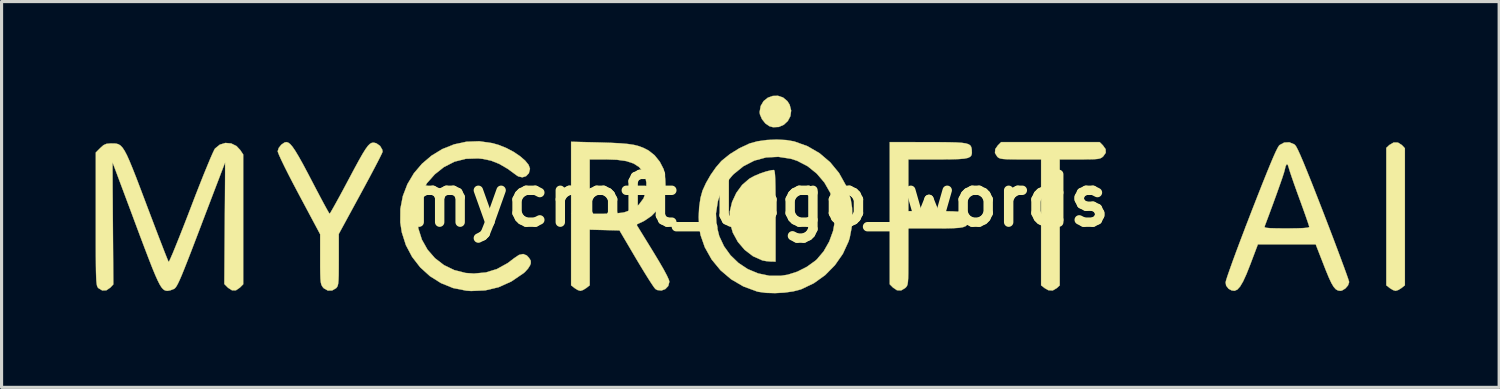
<source format=kicad_pcb>
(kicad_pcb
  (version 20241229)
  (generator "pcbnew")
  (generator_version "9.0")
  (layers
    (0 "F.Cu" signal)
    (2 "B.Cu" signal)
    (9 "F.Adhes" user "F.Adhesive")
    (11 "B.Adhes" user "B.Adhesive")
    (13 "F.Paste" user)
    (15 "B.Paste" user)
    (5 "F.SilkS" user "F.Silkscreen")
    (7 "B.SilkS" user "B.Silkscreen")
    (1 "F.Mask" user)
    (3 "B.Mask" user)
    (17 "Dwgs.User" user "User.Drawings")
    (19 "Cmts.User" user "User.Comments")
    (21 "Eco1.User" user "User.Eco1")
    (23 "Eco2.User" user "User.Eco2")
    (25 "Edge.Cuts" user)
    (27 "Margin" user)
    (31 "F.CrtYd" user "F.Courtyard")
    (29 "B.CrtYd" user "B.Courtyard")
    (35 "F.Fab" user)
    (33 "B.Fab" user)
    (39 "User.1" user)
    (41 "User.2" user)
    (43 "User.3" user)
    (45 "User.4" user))
  (footprint "mycroft_logo_words"
    (layer "F.Cu")
    (at 21.129 3.344)
    (property "Reference" "mycroft_logo_words" (at 0 0 0) (layer "F.SilkS") (effects (font (size 1.524 1.524) (thickness 0.3))))
    (attr through_hole)
    (fp_poly (pts (xy 20.395 -1.848) (xy 20.522 -1.767) (xy 20.524 -1.765) (xy 20.616 -1.667) (xy 20.616 2.703) (xy 20.505 2.791) (xy 20.406 2.852) (xy 20.322 2.879) (xy 20.32 2.879) (xy 20.237 2.854) (xy 20.138 2.793) (xy 20.135 2.791) (xy 20.024 2.703) (xy 20.024 -1.679) (xy 20.122 -1.771) (xy 20.256 -1.849) (xy 20.395 -1.848)) (stroke (width 0.01) (type solid)) (fill yes) (layer "F.SilkS"))
    (fp_poly (pts (xy 0.789 -3.285) (xy 0.927 -3.169) (xy 0.999 -3.055) (xy 1.047 -2.869) (xy 1.023 -2.691) (xy 0.941 -2.536) (xy 0.813 -2.416) (xy 0.652 -2.346) (xy 0.471 -2.338) (xy 0.356 -2.369) (xy 0.226 -2.458) (xy 0.117 -2.595) (xy 0.052 -2.748) (xy 0.042 -2.821) (xy 0.077 -3.016) (xy 0.168 -3.17) (xy 0.302 -3.278) (xy 0.46 -3.335) (xy 0.628 -3.339) (xy 0.789 -3.285)) (stroke (width 0.01) (type solid)) (fill yes) (layer "F.SilkS"))
    (fp_poly (pts (xy 0.511 -0.958) (xy 0.523 -0.906) (xy 0.533 -0.812) (xy 0.54 -0.667) (xy 0.545 -0.464) (xy 0.548 -0.198) (xy 0.55 0.141) (xy 0.55 0.487) (xy 0.55 1.947) (xy 0.392 1.944) (xy 0.254 1.932) (xy 0.134 1.91) (xy 0.127 1.908) (xy -0.17 1.775) (xy -0.433 1.574) (xy -0.651 1.32) (xy -0.812 1.026) (xy -0.904 0.708) (xy -0.912 0.654) (xy -0.91 0.354) (xy -0.837 0.049) (xy -0.702 -0.242) (xy -0.516 -0.497) (xy -0.287 -0.695) (xy -0.285 -0.697) (xy -0.132 -0.781) (xy 0.058 -0.862) (xy 0.252 -0.927) (xy 0.421 -0.967) (xy 0.496 -0.974) (xy 0.511 -0.958)) (stroke (width 0.01) (type solid)) (fill yes) (layer "F.SilkS"))
    (fp_poly (pts (xy 10.987 -1.759) (xy 11.074 -1.637) (xy 11.078 -1.523) (xy 10.998 -1.409) (xy 10.993 -1.404) (xy 10.95 -1.369) (xy 10.9 -1.344) (xy 10.827 -1.328) (xy 10.716 -1.318) (xy 10.555 -1.314) (xy 10.327 -1.312) (xy 10.253 -1.312) (xy 9.61 -1.312) (xy 9.61 2.706) (xy 9.517 2.792) (xy 9.387 2.868) (xy 9.247 2.859) (xy 9.129 2.791) (xy 9.017 2.703) (xy 9.017 -1.312) (xy 8.361 -1.312) (xy 8.109 -1.313) (xy 7.928 -1.317) (xy 7.803 -1.325) (xy 7.72 -1.339) (xy 7.666 -1.36) (xy 7.626 -1.391) (xy 7.62 -1.397) (xy 7.546 -1.516) (xy 7.556 -1.641) (xy 7.639 -1.759) (xy 7.743 -1.863) (xy 10.884 -1.863) (xy 10.987 -1.759)) (stroke (width 0.01) (type solid)) (fill yes) (layer "F.SilkS"))
    (fp_poly (pts (xy 5.387 -1.862) (xy 5.768 -1.861) (xy 6.073 -1.858) (xy 6.31 -1.852) (xy 6.489 -1.84) (xy 6.617 -1.821) (xy 6.705 -1.794) (xy 6.759 -1.757) (xy 6.788 -1.708) (xy 6.803 -1.646) (xy 6.807 -1.601) (xy 6.81 -1.514) (xy 6.797 -1.447) (xy 6.758 -1.397) (xy 6.684 -1.36) (xy 6.565 -1.336) (xy 6.394 -1.322) (xy 6.16 -1.315) (xy 5.855 -1.312) (xy 5.706 -1.312) (xy 4.784 -1.312) (xy 4.784 0.339) (xy 5.642 0.339) (xy 5.967 0.34) (xy 6.217 0.346) (xy 6.402 0.358) (xy 6.531 0.38) (xy 6.615 0.414) (xy 6.662 0.463) (xy 6.684 0.528) (xy 6.689 0.614) (xy 6.689 0.614) (xy 6.684 0.699) (xy 6.662 0.765) (xy 6.615 0.814) (xy 6.531 0.848) (xy 6.402 0.87) (xy 6.217 0.882) (xy 5.967 0.888) (xy 5.642 0.889) (xy 5.642 0.889) (xy 4.784 0.889) (xy 4.784 1.792) (xy 4.783 2.09) (xy 4.782 2.316) (xy 4.778 2.48) (xy 4.77 2.595) (xy 4.758 2.672) (xy 4.74 2.722) (xy 4.714 2.758) (xy 4.686 2.787) (xy 4.555 2.866) (xy 4.422 2.861) (xy 4.295 2.775) (xy 4.191 2.671) (xy 4.191 -1.863) (xy 5.387 -1.862)) (stroke (width 0.01) (type solid)) (fill yes) (layer "F.SilkS"))
    (fp_poly (pts (xy -8.478 -1.829) (xy -8.278 -1.772) (xy -8.032 -1.673) (xy -7.801 -1.551) (xy -7.598 -1.414) (xy -7.435 -1.273) (xy -7.325 -1.138) (xy -7.282 -1.018) (xy -7.281 -1.01) (xy -7.316 -0.872) (xy -7.404 -0.778) (xy -7.523 -0.74) (xy -7.653 -0.769) (xy -7.699 -0.798) (xy -7.995 -1.014) (xy -8.261 -1.169) (xy -8.518 -1.271) (xy -8.785 -1.328) (xy -8.934 -1.343) (xy -9.324 -1.331) (xy -9.689 -1.239) (xy -10.027 -1.065) (xy -10.315 -0.837) (xy -10.566 -0.554) (xy -10.74 -0.247) (xy -10.843 0.094) (xy -10.88 0.481) (xy -10.88 0.509) (xy -10.84 0.892) (xy -10.727 1.247) (xy -10.548 1.565) (xy -10.31 1.838) (xy -10.023 2.059) (xy -9.695 2.218) (xy -9.332 2.31) (xy -9.068 2.328) (xy -8.686 2.293) (xy -8.331 2.183) (xy -7.991 1.995) (xy -7.789 1.841) (xy -7.63 1.734) (xy -7.497 1.705) (xy -7.382 1.752) (xy -7.311 1.828) (xy -7.256 1.92) (xy -7.255 2.001) (xy -7.278 2.067) (xy -7.344 2.172) (xy -7.447 2.284) (xy -7.486 2.317) (xy -7.876 2.582) (xy -8.282 2.764) (xy -8.709 2.865) (xy -9.157 2.884) (xy -9.313 2.873) (xy -9.731 2.79) (xy -10.12 2.632) (xy -10.473 2.409) (xy -10.782 2.128) (xy -11.039 1.796) (xy -11.237 1.422) (xy -11.367 1.014) (xy -11.416 0.697) (xy -11.413 0.266) (xy -11.334 -0.143) (xy -11.188 -0.523) (xy -10.982 -0.869) (xy -10.722 -1.174) (xy -10.417 -1.433) (xy -10.075 -1.641) (xy -9.702 -1.79) (xy -9.307 -1.875) (xy -8.896 -1.89) (xy -8.478 -1.829)) (stroke (width 0.01) (type solid)) (fill yes) (layer "F.SilkS"))
    (fp_poly (pts (xy -14.994 -1.849) (xy -14.931 -1.804) (xy -14.857 -1.72) (xy -14.768 -1.591) (xy -14.659 -1.41) (xy -14.525 -1.171) (xy -14.362 -0.865) (xy -14.245 -0.641) (xy -14.102 -0.367) (xy -13.971 -0.119) (xy -13.858 0.093) (xy -13.766 0.261) (xy -13.702 0.373) (xy -13.671 0.421) (xy -13.669 0.422) (xy -13.643 0.387) (xy -13.584 0.285) (xy -13.495 0.127) (xy -13.382 -0.078) (xy -13.25 -0.321) (xy -13.105 -0.593) (xy -13.058 -0.681) (xy -12.879 -1.017) (xy -12.733 -1.285) (xy -12.616 -1.491) (xy -12.521 -1.643) (xy -12.444 -1.747) (xy -12.378 -1.811) (xy -12.318 -1.841) (xy -12.26 -1.845) (xy -12.197 -1.83) (xy -12.173 -1.821) (xy -12.061 -1.742) (xy -11.991 -1.623) (xy -11.98 -1.557) (xy -12 -1.508) (xy -12.056 -1.393) (xy -12.143 -1.222) (xy -12.257 -1.004) (xy -12.393 -0.747) (xy -12.547 -0.461) (xy -12.679 -0.217) (xy -13.377 1.066) (xy -13.377 1.888) (xy -13.378 2.173) (xy -13.38 2.385) (xy -13.386 2.538) (xy -13.395 2.642) (xy -13.41 2.711) (xy -13.431 2.757) (xy -13.46 2.792) (xy -13.462 2.794) (xy -13.589 2.868) (xy -13.728 2.869) (xy -13.854 2.798) (xy -13.882 2.767) (xy -13.913 2.722) (xy -13.936 2.67) (xy -13.952 2.597) (xy -13.962 2.489) (xy -13.967 2.335) (xy -13.97 2.121) (xy -13.97 1.866) (xy -13.97 1.076) (xy -14.647 -0.192) (xy -14.819 -0.517) (xy -14.972 -0.813) (xy -15.103 -1.073) (xy -15.207 -1.288) (xy -15.28 -1.449) (xy -15.319 -1.549) (xy -15.324 -1.574) (xy -15.291 -1.677) (xy -15.21 -1.779) (xy -15.109 -1.849) (xy -15.05 -1.863) (xy -14.994 -1.849)) (stroke (width 0.01) (type solid)) (fill yes) (layer "F.SilkS"))
    (fp_poly (pts (xy -5.048 -1.851) (xy -4.684 -1.839) (xy -4.391 -1.824) (xy -4.156 -1.803) (xy -3.966 -1.774) (xy -3.809 -1.734) (xy -3.67 -1.682) (xy -3.537 -1.615) (xy -3.493 -1.59) (xy -3.306 -1.441) (xy -3.142 -1.237) (xy -3.023 -1.008) (xy -3.012 -0.978) (xy -2.989 -0.866) (xy -2.972 -0.702) (xy -2.964 -0.518) (xy -2.964 -0.491) (xy -2.971 -0.282) (xy -2.995 -0.123) (xy -3.043 0.02) (xy -3.063 0.064) (xy -3.204 0.285) (xy -3.403 0.488) (xy -3.633 0.646) (xy -3.706 0.683) (xy -3.888 0.763) (xy -3.362 1.617) (xy -3.17 1.935) (xy -3.019 2.195) (xy -2.913 2.394) (xy -2.852 2.529) (xy -2.836 2.589) (xy -2.872 2.725) (xy -2.964 2.822) (xy -3.088 2.869) (xy -3.221 2.854) (xy -3.28 2.821) (xy -3.323 2.769) (xy -3.401 2.655) (xy -3.508 2.489) (xy -3.637 2.282) (xy -3.781 2.045) (xy -3.893 1.858) (xy -4.426 0.953) (xy -5.376 0.929) (xy -5.376 2.703) (xy -5.488 2.791) (xy -5.587 2.852) (xy -5.671 2.879) (xy -5.673 2.879) (xy -5.756 2.854) (xy -5.855 2.793) (xy -5.857 2.791) (xy -5.969 2.703) (xy -5.969 -1.312) (xy -5.376 -1.312) (xy -5.376 0.423) (xy -4.934 0.423) (xy -4.721 0.419) (xy -4.515 0.407) (xy -4.346 0.389) (xy -4.279 0.378) (xy -4.017 0.284) (xy -3.808 0.131) (xy -3.659 -0.069) (xy -3.577 -0.305) (xy -3.568 -0.566) (xy -3.596 -0.712) (xy -3.676 -0.912) (xy -3.8 -1.067) (xy -3.976 -1.181) (xy -4.21 -1.258) (xy -4.511 -1.3) (xy -4.849 -1.312) (xy -5.376 -1.312) (xy -5.969 -1.312) (xy -5.969 -1.874) (xy -5.048 -1.851)) (stroke (width 0.01) (type solid)) (fill yes) (layer "F.SilkS"))
    (fp_poly (pts (xy 0.893 -1.928) (xy 1.143 -1.885) (xy 1.569 -1.732) (xy 1.954 -1.508) (xy 2.291 -1.221) (xy 2.573 -0.878) (xy 2.793 -0.484) (xy 2.945 -0.049) (xy 2.947 -0.042) (xy 2.99 0.236) (xy 2.998 0.557) (xy 2.972 0.885) (xy 2.914 1.187) (xy 2.879 1.301) (xy 2.696 1.699) (xy 2.443 2.061) (xy 2.132 2.377) (xy 1.772 2.636) (xy 1.376 2.825) (xy 1.343 2.837) (xy 1.111 2.897) (xy 0.831 2.936) (xy 0.534 2.952) (xy 0.249 2.944) (xy 0.008 2.911) (xy -0.042 2.899) (xy -0.476 2.739) (xy -0.866 2.511) (xy -1.206 2.222) (xy -1.488 1.879) (xy -1.706 1.49) (xy -1.842 1.101) (xy -1.887 0.837) (xy -1.901 0.531) (xy -1.896 0.412) (xy -1.351 0.412) (xy -1.333 0.782) (xy -1.246 1.133) (xy -1.095 1.456) (xy -0.888 1.744) (xy -0.633 1.99) (xy -0.337 2.186) (xy -0.006 2.324) (xy 0.351 2.398) (xy 0.728 2.398) (xy 0.94 2.365) (xy 1.244 2.268) (xy 1.548 2.114) (xy 1.817 1.92) (xy 1.864 1.879) (xy 2.083 1.621) (xy 2.261 1.309) (xy 2.386 0.966) (xy 2.449 0.615) (xy 2.454 0.474) (xy 2.412 0.105) (xy 2.293 -0.248) (xy 2.108 -0.573) (xy 1.865 -0.858) (xy 1.574 -1.093) (xy 1.242 -1.266) (xy 1.039 -1.332) (xy 0.638 -1.394) (xy 0.248 -1.374) (xy -0.125 -1.274) (xy -0.471 -1.097) (xy -0.784 -0.844) (xy -0.832 -0.795) (xy -1.035 -0.55) (xy -1.178 -0.301) (xy -1.28 -0.012) (xy -1.291 0.029) (xy -1.351 0.412) (xy -1.896 0.412) (xy -1.886 0.214) (xy -1.843 -0.083) (xy -1.778 -0.318) (xy -1.666 -0.562) (xy -1.518 -0.819) (xy -1.351 -1.058) (xy -1.186 -1.25) (xy -1.159 -1.276) (xy -0.907 -1.479) (xy -0.607 -1.665) (xy -0.297 -1.811) (xy -0.275 -1.82) (xy -0.027 -1.888) (xy 0.271 -1.93) (xy 0.588 -1.944) (xy 0.893 -1.928)) (stroke (width 0.01) (type solid)) (fill yes) (layer "F.SilkS"))
    (fp_poly (pts (xy 17.083 -1.795) (xy 17.117 -1.767) (xy 17.154 -1.715) (xy 17.21 -1.606) (xy 17.287 -1.437) (xy 17.386 -1.205) (xy 17.508 -0.906) (xy 17.656 -0.538) (xy 17.829 -0.097) (xy 18.03 0.419) (xy 18.184 0.82) (xy 18.329 1.2) (xy 18.461 1.55) (xy 18.578 1.863) (xy 18.677 2.131) (xy 18.755 2.346) (xy 18.809 2.501) (xy 18.836 2.588) (xy 18.838 2.602) (xy 18.803 2.706) (xy 18.717 2.805) (xy 18.611 2.869) (xy 18.559 2.879) (xy 18.483 2.868) (xy 18.414 2.829) (xy 18.346 2.753) (xy 18.273 2.63) (xy 18.189 2.45) (xy 18.087 2.203) (xy 18.038 2.077) (xy 17.773 1.397) (xy 15.929 1.397) (xy 15.685 2.043) (xy 15.563 2.35) (xy 15.457 2.581) (xy 15.362 2.742) (xy 15.273 2.84) (xy 15.184 2.878) (xy 15.09 2.865) (xy 14.995 2.813) (xy 14.917 2.713) (xy 14.901 2.61) (xy 14.916 2.543) (xy 14.96 2.405) (xy 15.03 2.204) (xy 15.122 1.946) (xy 15.235 1.638) (xy 15.366 1.289) (xy 15.512 0.905) (xy 15.538 0.836) (xy 16.14 0.836) (xy 16.151 0.856) (xy 16.207 0.871) (xy 16.318 0.881) (xy 16.492 0.886) (xy 16.739 0.889) (xy 16.844 0.889) (xy 17.146 0.887) (xy 17.366 0.879) (xy 17.505 0.867) (xy 17.565 0.849) (xy 17.568 0.843) (xy 17.554 0.791) (xy 17.515 0.673) (xy 17.455 0.499) (xy 17.378 0.283) (xy 17.289 0.036) (xy 17.255 -0.056) (xy 17.16 -0.318) (xy 17.074 -0.56) (xy 17.002 -0.769) (xy 16.948 -0.931) (xy 16.917 -1.032) (xy 16.913 -1.048) (xy 16.881 -1.144) (xy 16.846 -1.156) (xy 16.811 -1.088) (xy 16.787 -0.985) (xy 16.762 -0.892) (xy 16.709 -0.728) (xy 16.63 -0.501) (xy 16.529 -0.217) (xy 16.409 0.114) (xy 16.271 0.487) (xy 16.14 0.836) (xy 15.538 0.836) (xy 15.67 0.494) (xy 15.706 0.4) (xy 15.901 -0.099) (xy 16.068 -0.523) (xy 16.21 -0.876) (xy 16.328 -1.164) (xy 16.424 -1.391) (xy 16.5 -1.56) (xy 16.559 -1.678) (xy 16.602 -1.748) (xy 16.619 -1.767) (xy 16.767 -1.848) (xy 16.93 -1.857) (xy 17.083 -1.795)) (stroke (width 0.01) (type solid)) (fill yes) (layer "F.SilkS"))
    (fp_poly (pts (xy -16.807 -1.82) (xy -16.638 -1.737) (xy -16.522 -1.613) (xy -16.425 -1.469) (xy -16.425 2.671) (xy -16.529 2.775) (xy -16.655 2.862) (xy -16.778 2.864) (xy -16.905 2.783) (xy -16.918 2.771) (xy -17.026 2.662) (xy -17.012 0.721) (xy -17.009 0.325) (xy -17.006 -0.044) (xy -17.004 -0.377) (xy -17.002 -0.665) (xy -17.001 -0.902) (xy -17.001 -1.077) (xy -17.001 -1.184) (xy -17.001 -1.214) (xy -17.017 -1.174) (xy -17.06 -1.062) (xy -17.127 -0.887) (xy -17.215 -0.655) (xy -17.323 -0.374) (xy -17.446 -0.051) (xy -17.582 0.305) (xy -17.728 0.688) (xy -17.761 0.776) (xy -17.933 1.227) (xy -18.078 1.606) (xy -18.2 1.919) (xy -18.3 2.172) (xy -18.381 2.372) (xy -18.447 2.525) (xy -18.5 2.638) (xy -18.543 2.718) (xy -18.578 2.77) (xy -18.609 2.803) (xy -18.632 2.818) (xy -18.745 2.862) (xy -18.834 2.879) (xy -18.885 2.875) (xy -18.933 2.858) (xy -18.98 2.824) (xy -19.031 2.765) (xy -19.087 2.675) (xy -19.151 2.548) (xy -19.228 2.377) (xy -19.319 2.158) (xy -19.427 1.882) (xy -19.556 1.545) (xy -19.709 1.14) (xy -19.858 0.741) (xy -20.001 0.356) (xy -20.136 -0.004) (xy -20.258 -0.331) (xy -20.366 -0.619) (xy -20.455 -0.858) (xy -20.524 -1.042) (xy -20.57 -1.162) (xy -20.589 -1.213) (xy -20.59 -1.214) (xy -20.59 -1.174) (xy -20.591 -1.058) (xy -20.59 -0.874) (xy -20.589 -0.631) (xy -20.588 -0.336) (xy -20.585 0.002) (xy -20.583 0.375) (xy -20.58 0.727) (xy -20.566 2.674) (xy -20.662 2.776) (xy -20.787 2.862) (xy -20.919 2.867) (xy -21.04 2.794) (xy -21.059 2.773) (xy -21.075 2.745) (xy -21.088 2.704) (xy -21.098 2.642) (xy -21.107 2.553) (xy -21.113 2.429) (xy -21.118 2.263) (xy -21.121 2.047) (xy -21.123 1.775) (xy -21.124 1.439) (xy -21.124 1.032) (xy -21.124 0.588) (xy -21.124 -1.532) (xy -20.98 -1.676) (xy -20.879 -1.766) (xy -20.784 -1.808) (xy -20.655 -1.82) (xy -20.621 -1.82) (xy -20.536 -1.819) (xy -20.462 -1.812) (xy -20.396 -1.791) (xy -20.334 -1.751) (xy -20.272 -1.685) (xy -20.207 -1.586) (xy -20.134 -1.449) (xy -20.052 -1.266) (xy -19.955 -1.032) (xy -19.839 -0.739) (xy -19.703 -0.382) (xy -19.541 0.046) (xy -19.495 0.169) (xy -19.356 0.535) (xy -19.226 0.877) (xy -19.108 1.186) (xy -19.004 1.454) (xy -18.919 1.674) (xy -18.854 1.836) (xy -18.814 1.933) (xy -18.801 1.958) (xy -18.78 1.927) (xy -18.733 1.824) (xy -18.661 1.657) (xy -18.57 1.434) (xy -18.461 1.163) (xy -18.338 0.852) (xy -18.204 0.508) (xy -18.095 0.224) (xy -17.953 -0.147) (xy -17.816 -0.496) (xy -17.689 -0.816) (xy -17.574 -1.096) (xy -17.477 -1.33) (xy -17.399 -1.508) (xy -17.345 -1.621) (xy -17.324 -1.657) (xy -17.17 -1.782) (xy -16.991 -1.836) (xy -16.807 -1.82)) (stroke (width 0.01) (type solid)) (fill yes) (layer "F.SilkS")))
  (gr_rect
    (start -3 -3)
    (end 44.751 9.301)
    (stroke (width 0.1) (type default))
    (fill no)
    (layer "Edge.Cuts")))
</source>
